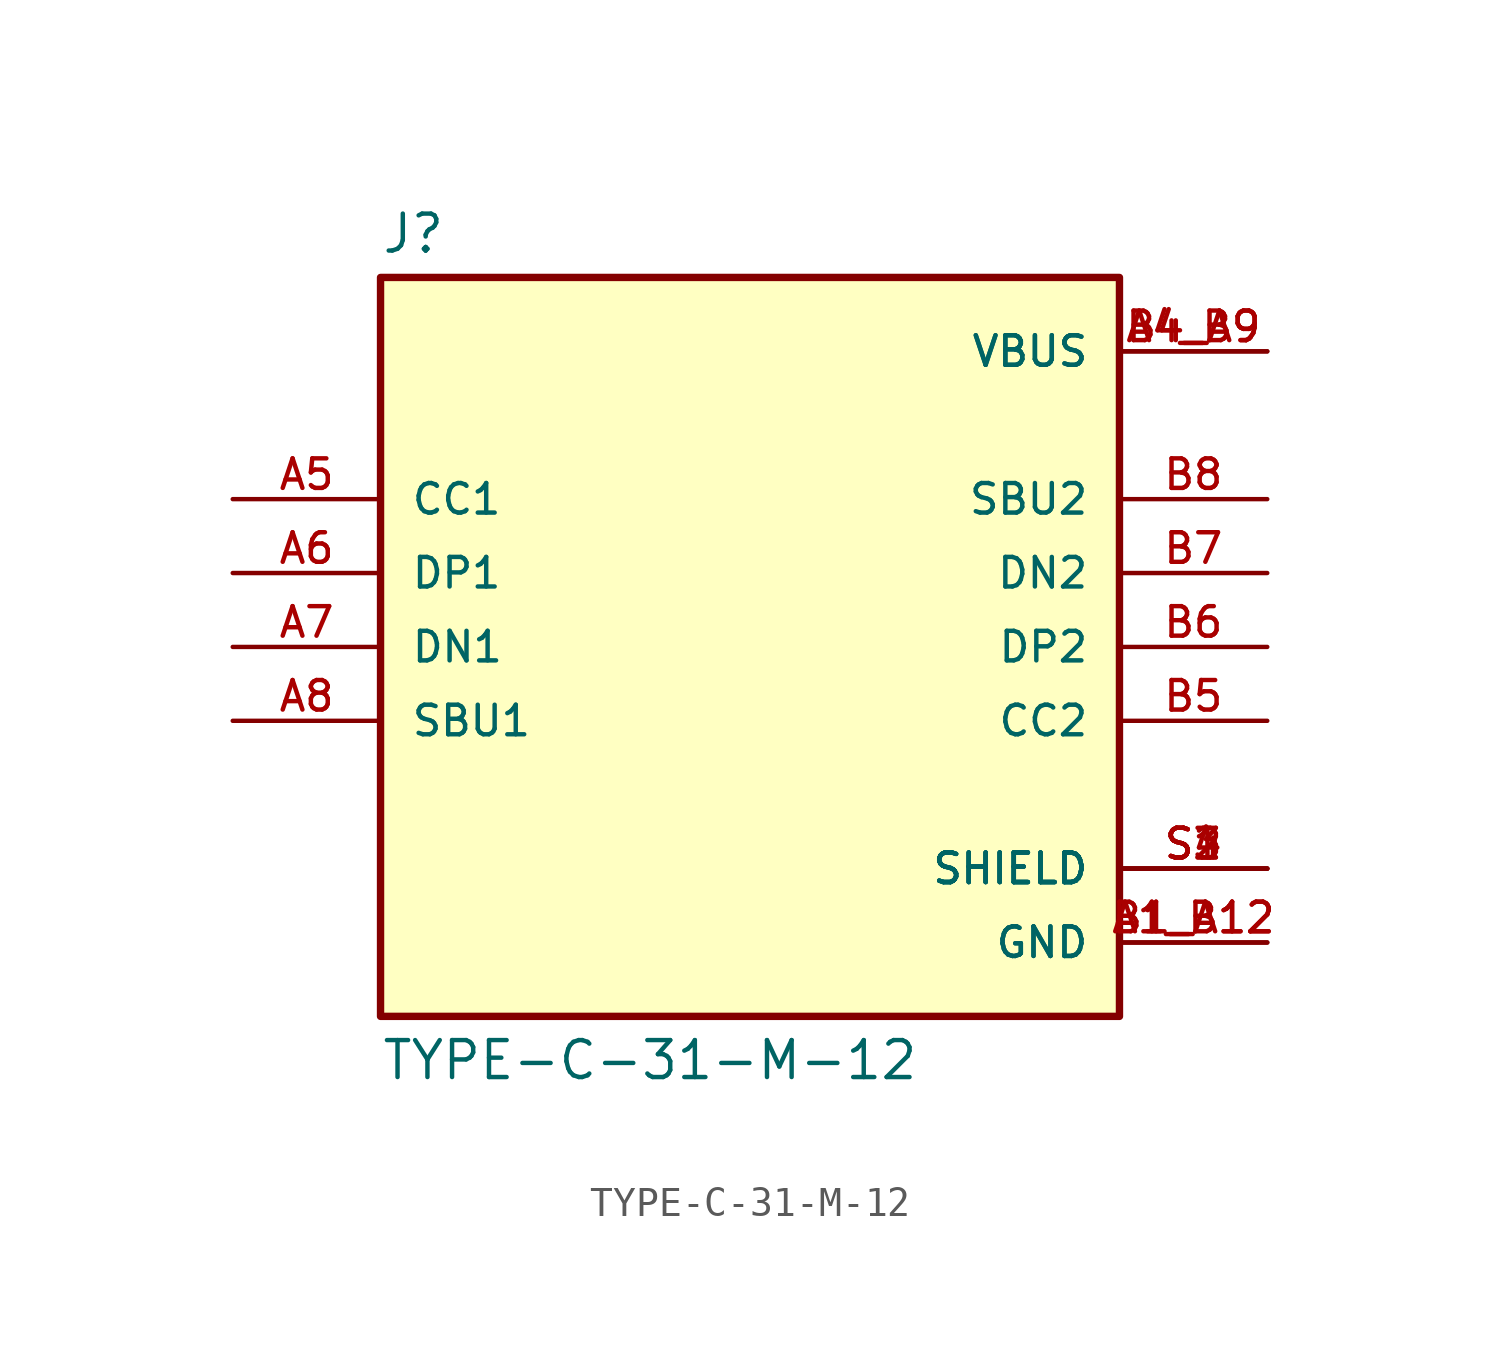
<source format=kicad_sym>
(kicad_symbol_lib
  (version 20211014)
  (generator kicad_symbol_editor)
  (symbol "TYPE-C-31-M-12"
    (pin_names
      (offset 1.016))
    (property "Reference" "J"
      (at -12.7 13.462 0)
      (effects (font (size 1.27 1.27)) (justify bottom left)))
    (property "Value" "TYPE-C-31-M-12"
      (at -12.7 -13.462 0.0)
      (effects (font (size 1.27 1.27)) (justify top left)))
    (symbol "TYPE-C-31-M-12_0_0"
      (rectangle (start -12.7 -12.7) (end 12.7 12.7) (stroke (width 0.254)) (fill (type background)))
      (pin bidirectional line (at -17.78 2.54 0) (length 5.08) (name "DP1" (effects (font (size 1.016 1.016)))) (number "A6" (effects (font (size 1.016 1.016)))))
      (pin bidirectional line (at -17.78 5.08 0) (length 5.08) (name "CC1" (effects (font (size 1.016 1.016)))) (number "A5" (effects (font (size 1.016 1.016)))))
      (pin bidirectional line (at -17.78 -2.54 0) (length 5.08) (name "SBU1" (effects (font (size 1.016 1.016)))) (number "A8" (effects (font (size 1.016 1.016)))))
      (pin bidirectional line (at -17.78 0.0 0) (length 5.08) (name "DN1" (effects (font (size 1.016 1.016)))) (number "A7" (effects (font (size 1.016 1.016)))))
      (pin passive line (at 17.78 -7.62 180.0) (length 5.08) (name "SHIELD" (effects (font (size 1.016 1.016)))) (number "S1" (effects (font (size 1.016 1.016)))))
      (pin passive line (at 17.78 -7.62 180.0) (length 5.08) (name "SHIELD" (effects (font (size 1.016 1.016)))) (number "S2" (effects (font (size 1.016 1.016)))))
      (pin passive line (at 17.78 -7.62 180.0) (length 5.08) (name "SHIELD" (effects (font (size 1.016 1.016)))) (number "S3" (effects (font (size 1.016 1.016)))))
      (pin passive line (at 17.78 -7.62 180.0) (length 5.08) (name "SHIELD" (effects (font (size 1.016 1.016)))) (number "S4" (effects (font (size 1.016 1.016)))))
      (pin power_in line (at 17.78 -10.16 180.0) (length 5.08) (name "GND" (effects (font (size 1.016 1.016)))) (number "A1_B12" (effects (font (size 1.016 1.016)))))
      (pin power_in line (at 17.78 -10.16 180.0) (length 5.08) (name "GND" (effects (font (size 1.016 1.016)))) (number "B1_A12" (effects (font (size 1.016 1.016)))))
      (pin power_in line (at 17.78 10.16 180.0) (length 5.08) (name "VBUS" (effects (font (size 1.016 1.016)))) (number "A4_B9" (effects (font (size 1.016 1.016)))))
      (pin power_in line (at 17.78 10.16 180.0) (length 5.08) (name "VBUS" (effects (font (size 1.016 1.016)))) (number "B4_A9" (effects (font (size 1.016 1.016)))))
      (pin bidirectional line (at 17.78 0.0 180.0) (length 5.08) (name "DP2" (effects (font (size 1.016 1.016)))) (number "B6" (effects (font (size 1.016 1.016)))))
      (pin bidirectional line (at 17.78 -2.54 180.0) (length 5.08) (name "CC2" (effects (font (size 1.016 1.016)))) (number "B5" (effects (font (size 1.016 1.016)))))
      (pin bidirectional line (at 17.78 5.08 180.0) (length 5.08) (name "SBU2" (effects (font (size 1.016 1.016)))) (number "B8" (effects (font (size 1.016 1.016)))))
      (pin bidirectional line (at 17.78 2.54 180.0) (length 5.08) (name "DN2" (effects (font (size 1.016 1.016)))) (number "B7" (effects (font (size 1.016 1.016))))))))
</source>
